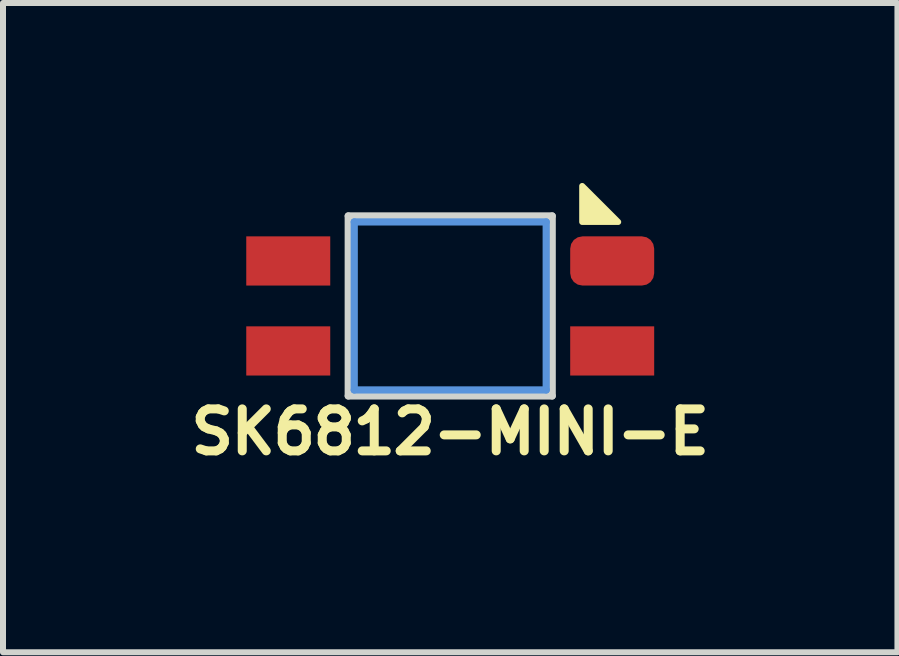
<source format=kicad_pcb>
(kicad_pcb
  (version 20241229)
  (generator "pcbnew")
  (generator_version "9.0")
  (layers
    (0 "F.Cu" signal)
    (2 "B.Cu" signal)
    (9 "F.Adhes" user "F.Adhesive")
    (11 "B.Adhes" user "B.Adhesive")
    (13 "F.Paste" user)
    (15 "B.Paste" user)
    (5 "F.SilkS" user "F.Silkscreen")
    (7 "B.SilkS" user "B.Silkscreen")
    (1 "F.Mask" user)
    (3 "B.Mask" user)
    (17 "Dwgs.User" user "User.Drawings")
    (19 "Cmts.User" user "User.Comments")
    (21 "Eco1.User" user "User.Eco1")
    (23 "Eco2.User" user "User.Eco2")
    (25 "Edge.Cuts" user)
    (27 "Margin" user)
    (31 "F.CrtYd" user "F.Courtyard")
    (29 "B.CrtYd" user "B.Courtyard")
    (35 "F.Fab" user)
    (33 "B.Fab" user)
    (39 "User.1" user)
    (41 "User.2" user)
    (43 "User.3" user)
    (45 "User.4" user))
  (footprint "SK6812-MINI-E"
    (layer "F.Cu")
    (at 4.455 2.05)
    (property "Reference" "SK6812-MINI-E" (at 0 2.1 0) (unlocked yes) (layer "F.SilkS") (effects (font (size 0.7 0.7) (thickness 0.15))))
    (attr through_hole)
    (fp_poly (pts (xy 2.8 -1.4) (xy 2.2 -1.4) (xy 2.2 -2)) (stroke (width 0.1) (type solid)) (fill yes) (layer "F.SilkS"))
    (fp_line (start -1.6 -1.4) (end -1.6 1.4) (stroke (width 0.12) (type solid)) (layer "Cmts.User"))
    (fp_line (start -1.6 1.4) (end 1.6 1.4) (stroke (width 0.12) (type solid)) (layer "Cmts.User"))
    (fp_line (start 1.6 -1.4) (end -1.6 -1.4) (stroke (width 0.12) (type solid)) (layer "Cmts.User"))
    (fp_line (start 1.6 1.4) (end 1.6 -1.4) (stroke (width 0.12) (type solid)) (layer "Cmts.User"))
    (fp_line (start -1.7 -1.5) (end -1.7 1.5) (stroke (width 0.12) (type solid)) (layer "Edge.Cuts"))
    (fp_line (start -1.7 1.5) (end 1.7 1.5) (stroke (width 0.12) (type solid)) (layer "Edge.Cuts"))
    (fp_line (start 1.7 -1.5) (end -1.7 -1.5) (stroke (width 0.12) (type solid)) (layer "Edge.Cuts"))
    (fp_line (start 1.7 1.5) (end 1.7 -1.5) (stroke (width 0.12) (type solid)) (layer "Edge.Cuts"))
    (pad "1" smd rect (at -2.7 0.75) (size 1.4 0.82) (layers "F.Cu" "F.Mask" "F.Paste"))
    (pad "2" smd rect (at -2.7 -0.75) (size 1.4 0.82) (layers "F.Cu" "F.Mask" "F.Paste"))
    (pad "3" smd roundrect (at 2.7 -0.75) (size 1.4 0.82) (layers "F.Cu" "F.Mask" "F.Paste") (roundrect_rratio 0.25))
    (pad "4" smd rect (at 2.7 0.75) (size 1.4 0.82) (layers "F.Cu" "F.Mask" "F.Paste")))
  (gr_rect
    (start -3 -3)
    (end 11.91 7.823)
    (stroke (width 0.1) (type default))
    (fill no)
    (layer "Edge.Cuts")))
</source>
